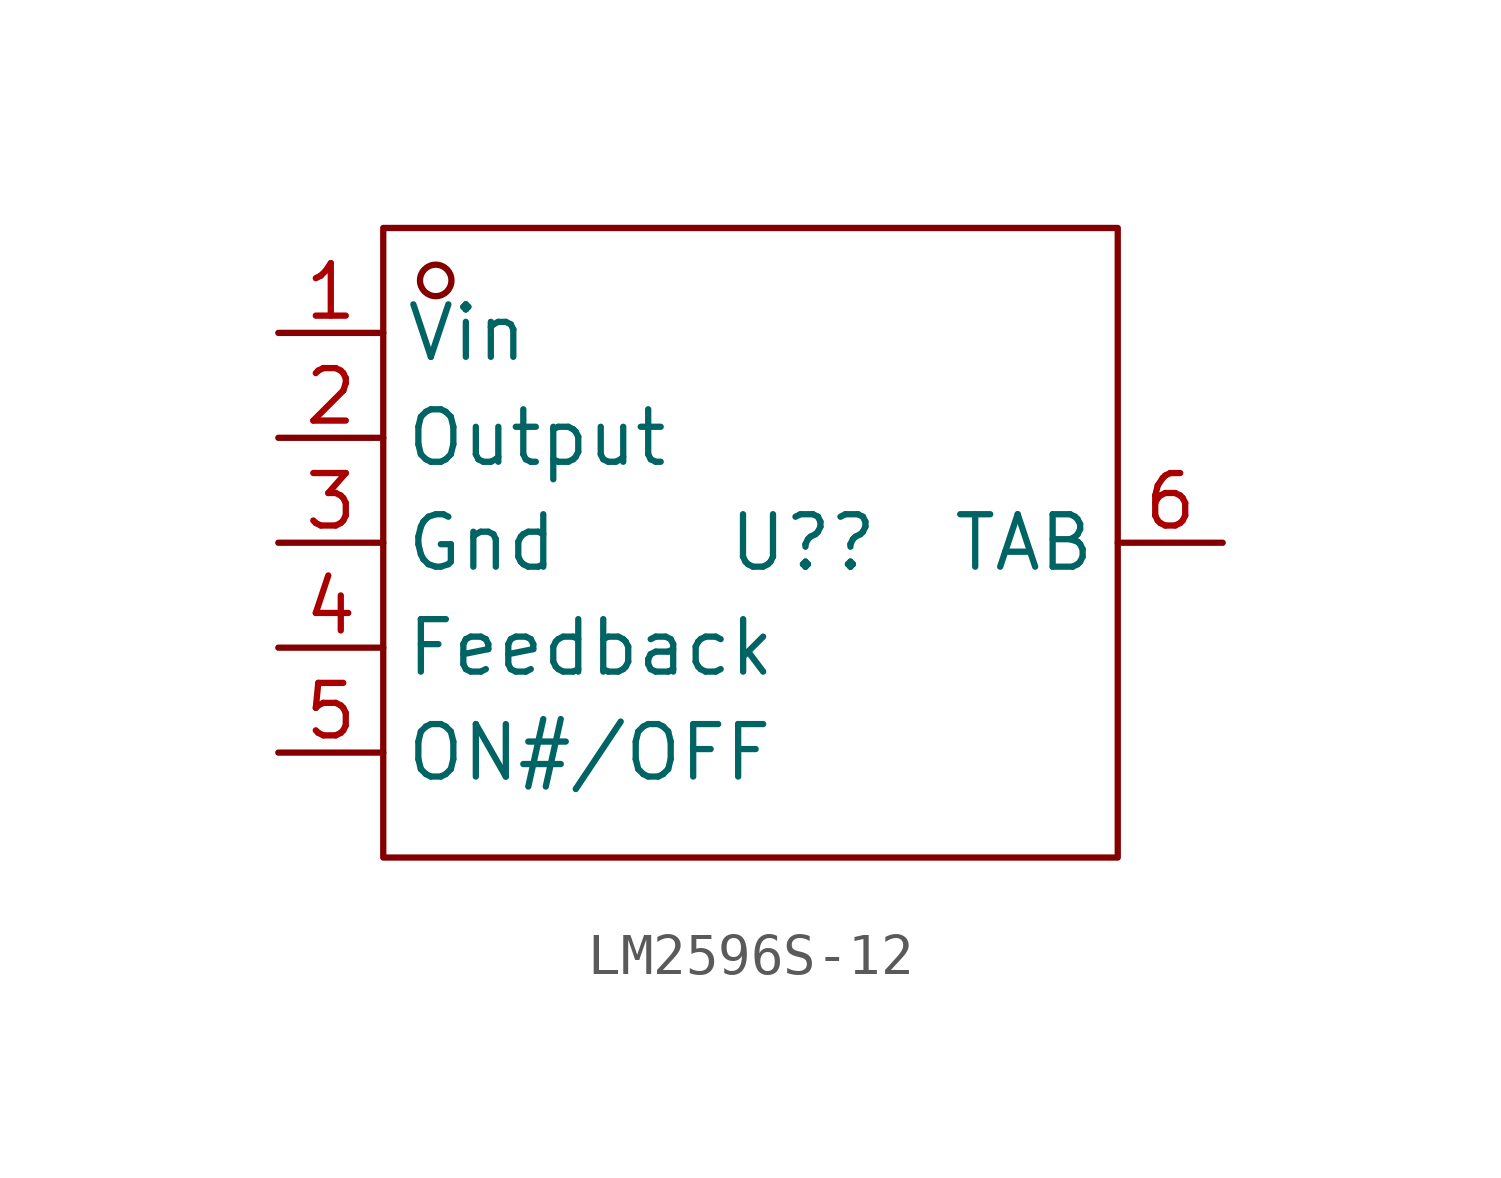
<source format=kicad_sym>
(kicad_symbol_lib
  (version 20231120)
  (generator "kicad_symbol_editor")
  (generator_version "8.0")
  (symbol "LM2596S-12"
    (property "Reference" "U?"
      (at 0 0 0)
      (effects (font (size 1.27 1.27))))
    (property "Value" ""
      (at 0 0 0)
      (effects (font (size 1.27 1.27))))
    (symbol "LM2596S-12_1_0"
      (rectangle (start -10.16 -7.62) (end 7.62 7.62) (stroke (width 0) (type default)) (fill (type none)))
      (circle (center -8.89 6.35) (radius 0.381) (stroke (width 0) (type default)) (fill (type none)))
      (pin unspecified line (at -12.7 5.08 0) (length 2.54) (name "Vin" (effects (font (size 1.27 1.27)))) (number "1" (effects (font (size 1.27 1.27)))))
      (pin unspecified line (at -12.7 2.54 0) (length 2.54) (name "Output" (effects (font (size 1.27 1.27)))) (number "2" (effects (font (size 1.27 1.27)))))
      (pin unspecified line (at -12.7 0 0) (length 2.54) (name "Gnd" (effects (font (size 1.27 1.27)))) (number "3" (effects (font (size 1.27 1.27)))))
      (pin unspecified line (at -12.7 -2.54 0) (length 2.54) (name "Feedback" (effects (font (size 1.27 1.27)))) (number "4" (effects (font (size 1.27 1.27)))))
      (pin unspecified line (at -12.7 -5.08 0) (length 2.54) (name "ON#/OFF" (effects (font (size 1.27 1.27)))) (number "5" (effects (font (size 1.27 1.27)))))
      (pin unspecified line (at 10.16 0 180) (length 2.54) (name "TAB" (effects (font (size 1.27 1.27)))) (number "6" (effects (font (size 1.27 1.27))))))))
</source>
